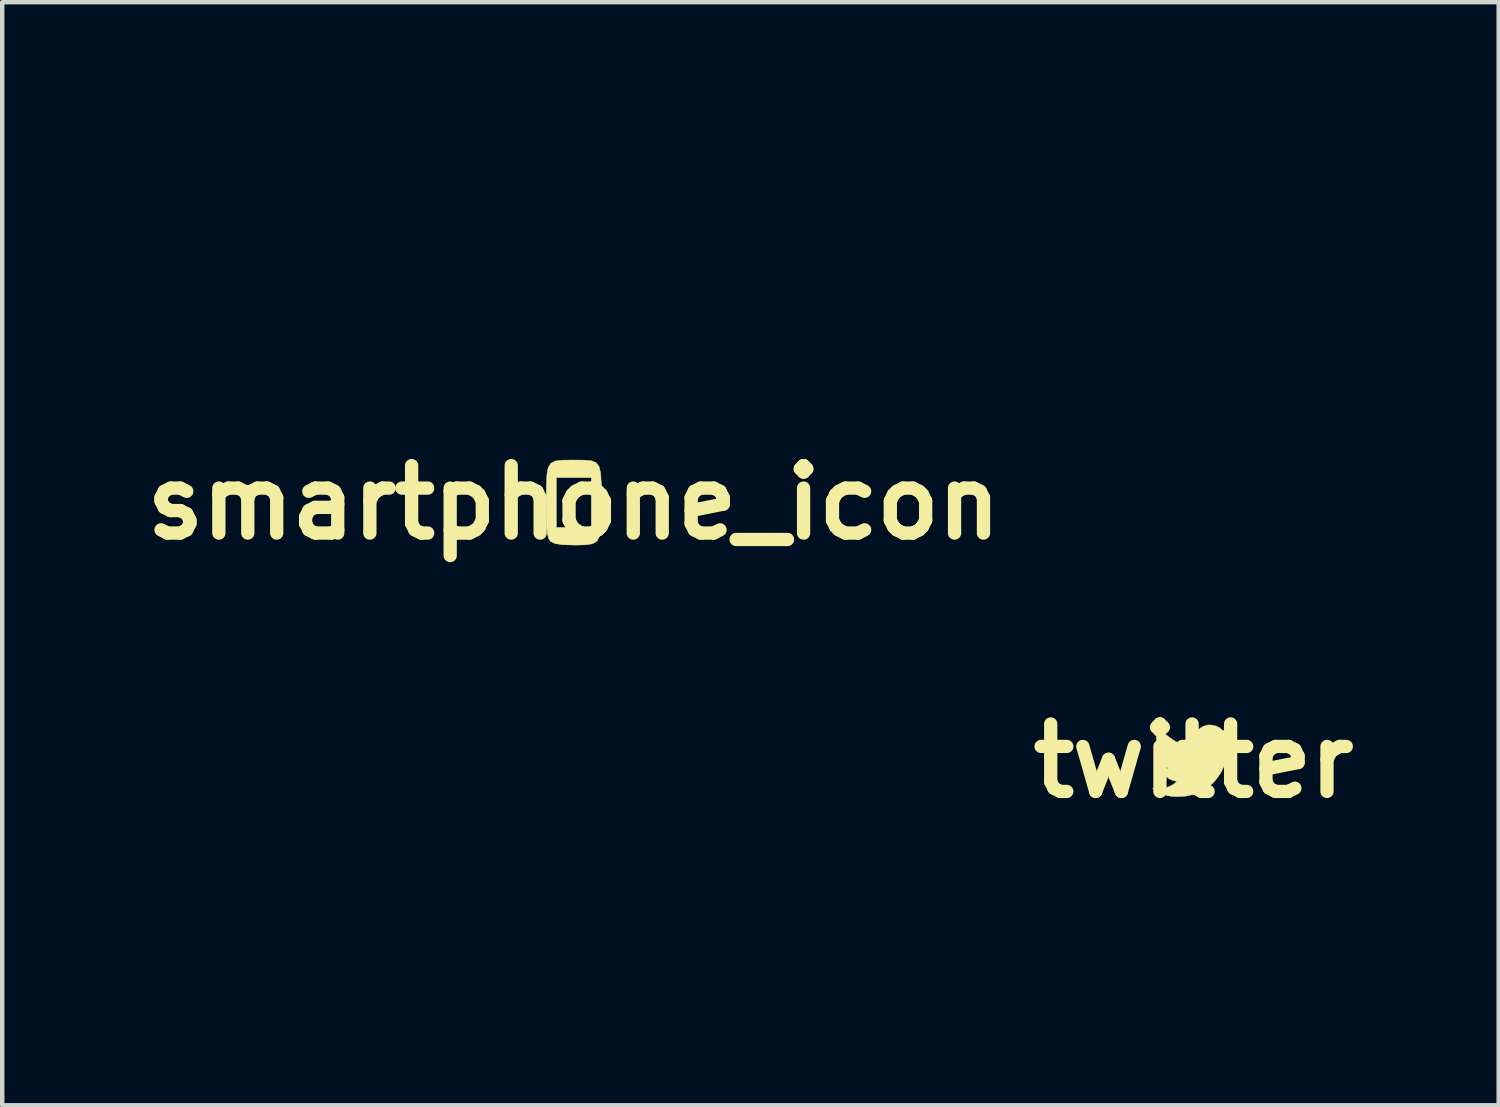
<source format=kicad_pcb>
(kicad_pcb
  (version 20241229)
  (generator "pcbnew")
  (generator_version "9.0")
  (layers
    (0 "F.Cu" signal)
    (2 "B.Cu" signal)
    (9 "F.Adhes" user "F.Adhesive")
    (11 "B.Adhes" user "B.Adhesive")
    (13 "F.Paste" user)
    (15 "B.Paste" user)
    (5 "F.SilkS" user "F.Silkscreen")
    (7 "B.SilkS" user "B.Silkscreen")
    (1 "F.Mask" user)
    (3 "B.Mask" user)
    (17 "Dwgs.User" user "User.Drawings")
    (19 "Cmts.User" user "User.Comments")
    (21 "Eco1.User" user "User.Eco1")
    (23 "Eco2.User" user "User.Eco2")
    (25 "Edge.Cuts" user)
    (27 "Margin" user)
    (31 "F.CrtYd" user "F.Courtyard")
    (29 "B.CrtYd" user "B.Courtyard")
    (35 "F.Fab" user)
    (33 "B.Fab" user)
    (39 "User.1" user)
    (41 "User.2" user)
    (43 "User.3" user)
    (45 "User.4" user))
  (footprint "solo_logo"
    (layer "F.Cu")
    (at 8.133 15.659)
    (property "Reference" "solo_logo" (at 0 0 0) (layer "F.Mask") (effects (font (size 1.524 1.524) (thickness 0.3))))
    (attr through_hole)
    (fp_poly (pts (xy 3.81 3.175) (xy 3.171 3.175) (xy 2.742 3.144) (xy 2.507 3.056) (xy 2.479 3.016) (xy 2.465 2.848) (xy 2.455 2.464) (xy 2.448 1.903) (xy 2.446 1.204) (xy 2.449 0.405) (xy 2.452 0) (xy 2.477 -2.857) (xy 3.81 -2.934) (xy 3.81 3.175)) (stroke (width 0.01) (type solid)) (fill yes) (layer "F.Mask"))
    (fp_poly (pts (xy 0.679 -1.047) (xy 1.254 -0.68) (xy 1.534 -0.367) (xy 1.782 0.168) (xy 1.892 0.821) (xy 1.862 1.495) (xy 1.687 2.092) (xy 1.624 2.211) (xy 1.198 2.703) (xy 0.613 3.054) (xy -0.066 3.242) (xy -0.772 3.242) (xy -1.104 3.168) (xy -1.636 2.892) (xy -2.111 2.443) (xy -2.451 1.903) (xy -2.536 1.665) (xy -2.625 0.903) (xy -2.605 0.801) (xy -1.214 0.801) (xy -1.21 1.316) (xy -1.107 1.773) (xy -0.965 2.019) (xy -0.603 2.244) (xy -0.162 2.262) (xy 0.131 2.157) (xy 0.369 1.899) (xy 0.512 1.484) (xy 0.559 0.989) (xy 0.507 0.493) (xy 0.354 0.074) (xy 0.189 -0.128) (xy -0.165 -0.273) (xy -0.575 -0.23) (xy -0.933 -0.012) (xy -1.122 0.325) (xy -1.214 0.801) (xy -2.605 0.801) (xy -2.483 0.197) (xy -2.128 -0.412) (xy -1.574 -0.888) (xy -1.401 -0.984) (xy -0.707 -1.211) (xy 0.006 -1.228) (xy 0.679 -1.047)) (stroke (width 0.01) (type solid)) (fill yes) (layer "F.Mask"))
    (fp_poly (pts (xy 7.57 -1.087) (xy 8.152 -0.751) (xy 8.474 -0.418) (xy 8.756 0.137) (xy 8.886 0.803) (xy 8.856 1.485) (xy 8.661 2.086) (xy 8.643 2.119) (xy 8.192 2.678) (xy 7.595 3.062) (xy 6.907 3.253) (xy 6.183 3.231) (xy 5.802 3.125) (xy 5.153 2.777) (xy 4.708 2.284) (xy 4.461 1.635) (xy 4.411 1.137) (xy 5.756 1.137) (xy 5.837 1.621) (xy 5.997 1.988) (xy 6.034 2.033) (xy 6.381 2.253) (xy 6.787 2.284) (xy 7.157 2.131) (xy 7.324 1.954) (xy 7.502 1.516) (xy 7.548 1.01) (xy 7.476 0.506) (xy 7.298 0.074) (xy 7.031 -0.217) (xy 6.877 -0.286) (xy 6.498 -0.266) (xy 6.126 -0.058) (xy 5.871 0.257) (xy 5.764 0.646) (xy 5.756 1.137) (xy 4.411 1.137) (xy 4.399 1.016) (xy 4.447 0.439) (xy 4.583 -0.034) (xy 4.61 -0.089) (xy 5.029 -0.63) (xy 5.589 -1.005) (xy 6.235 -1.21) (xy 6.913 -1.239) (xy 7.57 -1.087)) (stroke (width 0.01) (type solid)) (fill yes) (layer "F.Mask"))
    (fp_poly (pts (xy -5.098 -2.905) (xy -4.483 -2.778) (xy -4.201 -2.657) (xy -3.718 -2.298) (xy -3.412 -1.831) (xy -3.295 -1.501) (xy -3.193 -1.143) (xy -3.937 -1.143) (xy -4.372 -1.157) (xy -4.616 -1.21) (xy -4.734 -1.323) (xy -4.758 -1.383) (xy -4.953 -1.654) (xy -5.281 -1.815) (xy -5.669 -1.865) (xy -6.042 -1.806) (xy -6.329 -1.636) (xy -6.452 -1.382) (xy -6.449 -1.153) (xy -6.349 -0.982) (xy -6.112 -0.84) (xy -5.695 -0.699) (xy -5.28 -0.588) (xy -4.428 -0.33) (xy -3.804 -0.038) (xy -3.384 0.31) (xy -3.141 0.736) (xy -3.05 1.262) (xy -3.048 1.372) (xy -3.168 1.962) (xy -3.503 2.495) (xy -4.013 2.909) (xy -4.095 2.954) (xy -4.625 3.136) (xy -5.288 3.237) (xy -5.974 3.247) (xy -6.522 3.169) (xy -7.136 2.924) (xy -7.639 2.546) (xy -7.984 2.083) (xy -8.127 1.582) (xy -8.128 1.53) (xy -8.099 1.38) (xy -7.974 1.302) (xy -7.69 1.273) (xy -7.426 1.27) (xy -7.014 1.283) (xy -6.782 1.338) (xy -6.658 1.465) (xy -6.609 1.575) (xy -6.38 1.854) (xy -5.996 2.038) (xy -5.54 2.114) (xy -5.098 2.07) (xy -4.752 1.897) (xy -4.698 1.84) (xy -4.598 1.581) (xy -4.594 1.372) (xy -4.655 1.208) (xy -4.819 1.072) (xy -5.136 0.934) (xy -5.588 0.786) (xy -6.343 0.541) (xy -6.893 0.333) (xy -7.28 0.137) (xy -7.547 -0.066) (xy -7.735 -0.299) (xy -7.749 -0.321) (xy -7.968 -0.894) (xy -7.961 -1.485) (xy -7.748 -2.034) (xy -7.346 -2.483) (xy -7.048 -2.667) (xy -6.476 -2.85) (xy -5.794 -2.929) (xy -5.098 -2.905)) (stroke (width 0.01) (type solid)) (fill yes) (layer "F.Mask")))
  (footprint "smartphone_icon"
    (layer "F.Cu")
    (at 9.913 8.302)
    (property "Reference" "smartphone_icon" (at 0 0 0) (layer "F.SilkS") (effects (font (size 1.524 1.524) (thickness 0.3))))
    (attr through_hole)
    (fp_poly (pts (xy 0 -0.96) (xy 0.229 -0.958) (xy 0.394 -0.944) (xy 0.504 -0.9) (xy 0.571 -0.81) (xy 0.606 -0.659) (xy 0.619 -0.431) (xy 0.621 -0.109) (xy 0.621 -0.03) (xy 0.62 0.325) (xy 0.609 0.584) (xy 0.58 0.76) (xy 0.522 0.87) (xy 0.425 0.93) (xy 0.28 0.954) (xy 0.078 0.96) (xy -0.000001 0.96) (xy -0.257 0.952) (xy -0.423 0.927) (xy -0.52 0.882) (xy -0.532 0.871) (xy -0.568 0.815) (xy -0.594 0.721) (xy -0.61 0.569) (xy -0.618 0.343) (xy -0.621 0.025) (xy -0.621 -0.03) (xy -0.62 -0.373) (xy -0.612 -0.564) (xy -0.395 -0.564) (xy -0.395 0.564) (xy 0.395 0.564) (xy 0.395 -0.564) (xy -0.395 -0.564) (xy -0.612 -0.564) (xy -0.61 -0.619) (xy -0.581 -0.785) (xy -0.521 -0.886) (xy -0.42 -0.938) (xy -0.268 -0.957) (xy -0.052 -0.96) (xy 0 -0.96)) (stroke (width 0.01) (type solid)) (fill yes) (layer "F.SilkS")))
  (footprint "nfc_icon"
    (layer "F.Cu")
    (at 5.051 2.291)
    (property "Reference" "nfc_icon" (at 0 0 0) (layer "F.Mask") (effects (font (size 1.524 1.524) (thickness 0.3))))
    (attr through_hole)
    (fp_poly (pts (xy -1.597 0.615) (xy -1.373 0.675) (xy -1.172 0.786) (xy -1.001 0.939) (xy -0.87 1.124) (xy -0.789 1.333) (xy -0.772 1.431) (xy -0.753 1.587) (xy -0.931 1.587) (xy -1.034 1.585) (xy -1.098 1.569) (xy -1.146 1.527) (xy -1.203 1.45) (xy -1.37 1.263) (xy -1.582 1.116) (xy -1.631 1.091) (xy -1.746 1.036) (xy -1.746 0.815) (xy -1.746 0.595) (xy -1.597 0.615)) (stroke (width 0.01) (type solid)) (fill yes) (layer "F.Mask"))
    (fp_poly (pts (xy -1.495 -1.353) (xy -1.079 -1.288) (xy -0.683 -1.166) (xy -0.313 -0.991) (xy 0.027 -0.769) (xy 0.334 -0.503) (xy 0.601 -0.198) (xy 0.825 0.142) (xy 1.002 0.511) (xy 1.126 0.906) (xy 1.193 1.322) (xy 1.195 1.338) (xy 1.216 1.587) (xy 0.708 1.587) (xy 0.688 1.373) (xy 0.629 1.031) (xy 0.519 0.686) (xy 0.403 0.429) (xy 0.267 0.212) (xy 0.088 -0.009) (xy -0.119 -0.219) (xy -0.338 -0.403) (xy -0.554 -0.544) (xy -0.588 -0.563) (xy -0.919 -0.706) (xy -1.263 -0.804) (xy -1.532 -0.846) (xy -1.746 -0.866) (xy -1.746 -1.374) (xy -1.495 -1.353)) (stroke (width 0.01) (type solid)) (fill yes) (layer "F.Mask"))
    (fp_poly (pts (xy -1.643 -0.38) (xy -1.474 -0.364) (xy -1.274 -0.321) (xy -1.067 -0.257) (xy -0.875 -0.178) (xy -0.857 -0.17) (xy -0.668 -0.056) (xy -0.471 0.101) (xy -0.284 0.283) (xy -0.123 0.475) (xy -0.006 0.657) (xy 0.064 0.814) (xy 0.128 0.997) (xy 0.18 1.184) (xy 0.213 1.355) (xy 0.222 1.466) (xy 0.222 1.587) (xy -0.286 1.587) (xy -0.286 1.48) (xy -0.304 1.333) (xy -0.354 1.158) (xy -0.428 0.974) (xy -0.519 0.803) (xy -0.545 0.761) (xy -0.726 0.545) (xy -0.951 0.367) (xy -1.208 0.233) (xy -1.484 0.152) (xy -1.572 0.139) (xy -1.746 0.118) (xy -1.746 -0.131) (xy -1.746 -0.381) (xy -1.643 -0.38)) (stroke (width 0.01) (type solid)) (fill yes) (layer "F.Mask"))
    (fp_poly (pts (xy -1.357 -2.286) (xy -1.16 -2.283) (xy -1.001 -2.272) (xy -0.857 -2.25) (xy -0.703 -2.215) (xy -0.668 -2.205) (xy -0.221 -2.053) (xy 0.205 -1.841) (xy 0.608 -1.569) (xy 0.989 -1.238) (xy 1.034 -1.194) (xy 1.366 -0.821) (xy 1.641 -0.425) (xy 1.859 -0.007) (xy 2.018 0.427) (xy 2.117 0.876) (xy 2.15 1.214) (xy 2.168 1.587) (xy 1.691 1.587) (xy 1.669 1.314) (xy 1.602 0.861) (xy 1.477 0.426) (xy 1.299 0.016) (xy 1.071 -0.366) (xy 0.796 -0.714) (xy 0.479 -1.024) (xy 0.123 -1.29) (xy -0.268 -1.508) (xy -0.542 -1.622) (xy -0.922 -1.739) (xy -1.307 -1.81) (xy -1.49 -1.829) (xy -1.746 -1.851) (xy -1.746 -2.286) (xy -1.357 -2.286)) (stroke (width 0.01) (type solid)) (fill yes) (layer "F.Mask")))
  (footprint "twitter"
    (layer "F.Cu")
    (at 23.914 14.138)
    (property "Reference" "twitter" (at 0 0 0) (layer "F.SilkS") (effects (font (size 1.524 1.524) (thickness 0.3))))
    (attr through_hole)
    (fp_poly (pts (xy 0.358 -0.812) (xy 0.376 -0.811) (xy 0.439 -0.804) (xy 0.499 -0.788) (xy 0.553 -0.765) (xy 0.601 -0.734) (xy 0.624 -0.714) (xy 0.656 -0.684) (xy 0.684 -0.69) (xy 0.707 -0.697) (xy 0.737 -0.708) (xy 0.772 -0.724) (xy 0.808 -0.743) (xy 0.846 -0.765) (xy 0.853 -0.769) (xy 0.872 -0.78) (xy 0.888 -0.789) (xy 0.899 -0.795) (xy 0.902 -0.796) (xy 0.903 -0.789) (xy 0.9 -0.775) (xy 0.895 -0.757) (xy 0.888 -0.735) (xy 0.879 -0.714) (xy 0.873 -0.701) (xy 0.862 -0.681) (xy 0.851 -0.663) (xy 0.838 -0.646) (xy 0.82 -0.626) (xy 0.802 -0.608) (xy 0.751 -0.557) (xy 0.84 -0.56) (xy 0.869 -0.561) (xy 0.894 -0.561) (xy 0.914 -0.561) (xy 0.926 -0.561) (xy 0.93 -0.56) (xy 0.927 -0.555) (xy 0.92 -0.544) (xy 0.911 -0.533) (xy 0.896 -0.515) (xy 0.874 -0.493) (xy 0.848 -0.468) (xy 0.818 -0.443) (xy 0.791 -0.422) (xy 0.763 -0.401) (xy 0.761 -0.291) (xy 0.759 -0.235) (xy 0.756 -0.187) (xy 0.751 -0.143) (xy 0.745 -0.102) (xy 0.736 -0.059) (xy 0.725 -0.013) (xy 0.724 -0.008) (xy 0.694 0.091) (xy 0.655 0.185) (xy 0.607 0.275) (xy 0.55 0.361) (xy 0.484 0.445) (xy 0.458 0.474) (xy 0.417 0.515) (xy 0.368 0.557) (xy 0.316 0.599) (xy 0.261 0.637) (xy 0.206 0.671) (xy 0.173 0.69) (xy 0.131 0.709) (xy 0.082 0.728) (xy 0.026 0.747) (xy -0.035 0.763) (xy -0.098 0.779) (xy -0.162 0.791) (xy -0.185 0.795) (xy -0.215 0.799) (xy -0.251 0.802) (xy -0.293 0.804) (xy -0.337 0.805) (xy -0.381 0.806) (xy -0.423 0.805) (xy -0.461 0.804) (xy -0.492 0.802) (xy -0.503 0.8) (xy -0.578 0.787) (xy -0.65 0.767) (xy -0.72 0.743) (xy -0.784 0.714) (xy -0.841 0.682) (xy -0.891 0.647) (xy -0.907 0.633) (xy -0.927 0.615) (xy -0.902 0.619) (xy -0.888 0.62) (xy -0.867 0.621) (xy -0.84 0.621) (xy -0.809 0.622) (xy -0.782 0.622) (xy -0.748 0.622) (xy -0.721 0.621) (xy -0.699 0.62) (xy -0.682 0.618) (xy -0.665 0.615) (xy -0.647 0.61) (xy -0.64 0.608) (xy -0.574 0.588) (xy -0.515 0.561) (xy -0.474 0.539) (xy -0.454 0.525) (xy -0.434 0.511) (xy -0.415 0.496) (xy -0.399 0.483) (xy -0.388 0.472) (xy -0.383 0.465) (xy -0.384 0.463) (xy -0.39 0.461) (xy -0.403 0.457) (xy -0.421 0.453) (xy -0.428 0.452) (xy -0.486 0.435) (xy -0.54 0.411) (xy -0.588 0.379) (xy -0.629 0.341) (xy -0.664 0.297) (xy -0.69 0.248) (xy -0.708 0.195) (xy -0.708 0.194) (xy -0.712 0.177) (xy -0.713 0.167) (xy -0.712 0.164) (xy -0.708 0.165) (xy -0.707 0.165) (xy -0.685 0.171) (xy -0.656 0.174) (xy -0.623 0.174) (xy -0.608 0.173) (xy -0.588 0.17) (xy -0.572 0.169) (xy -0.562 0.168) (xy -0.561 0.168) (xy -0.563 0.166) (xy -0.573 0.162) (xy -0.589 0.156) (xy -0.597 0.153) (xy -0.654 0.129) (xy -0.703 0.096) (xy -0.746 0.057) (xy -0.781 0.01) (xy -0.809 -0.044) (xy -0.818 -0.066) (xy -0.831 -0.108) (xy -0.841 -0.153) (xy -0.847 -0.197) (xy -0.848 -0.228) (xy -0.848 -0.261) (xy -0.834 -0.248) (xy -0.813 -0.232) (xy -0.784 -0.218) (xy -0.753 -0.206) (xy -0.722 -0.2) (xy -0.703 -0.198) (xy -0.697 -0.199) (xy -0.696 -0.201) (xy -0.699 -0.207) (xy -0.708 -0.217) (xy -0.723 -0.233) (xy -0.727 -0.238) (xy -0.768 -0.286) (xy -0.799 -0.336) (xy -0.821 -0.39) (xy -0.836 -0.446) (xy -0.842 -0.494) (xy -0.842 -0.546) (xy -0.836 -0.599) (xy -0.826 -0.651) (xy -0.812 -0.699) (xy -0.796 -0.734) (xy -0.789 -0.748) (xy -0.774 -0.728) (xy -0.764 -0.718) (xy -0.749 -0.703) (xy -0.73 -0.684) (xy -0.708 -0.664) (xy -0.695 -0.652) (xy -0.61 -0.579) (xy -0.525 -0.514) (xy -0.442 -0.459) (xy -0.36 -0.413) (xy -0.279 -0.376) (xy -0.201 -0.348) (xy -0.124 -0.33) (xy -0.053 -0.322) (xy 0.003 -0.319) (xy 0.001 -0.385) (xy 0.002 -0.454) (xy 0.01 -0.516) (xy 0.025 -0.571) (xy 0.047 -0.622) (xy 0.077 -0.668) (xy 0.109 -0.704) (xy 0.147 -0.737) (xy 0.188 -0.764) (xy 0.234 -0.786) (xy 0.277 -0.8) (xy 0.3 -0.807) (xy 0.318 -0.81) (xy 0.336 -0.812) (xy 0.358 -0.812)) (stroke (width 0.01) (type solid)) (fill yes) (layer "F.SilkS")))
  (gr_rect
    (start -3 -3)
    (end 30.804 21.917)
    (stroke (width 0.1) (type default))
    (fill no)
    (layer "Edge.Cuts")))
</source>
